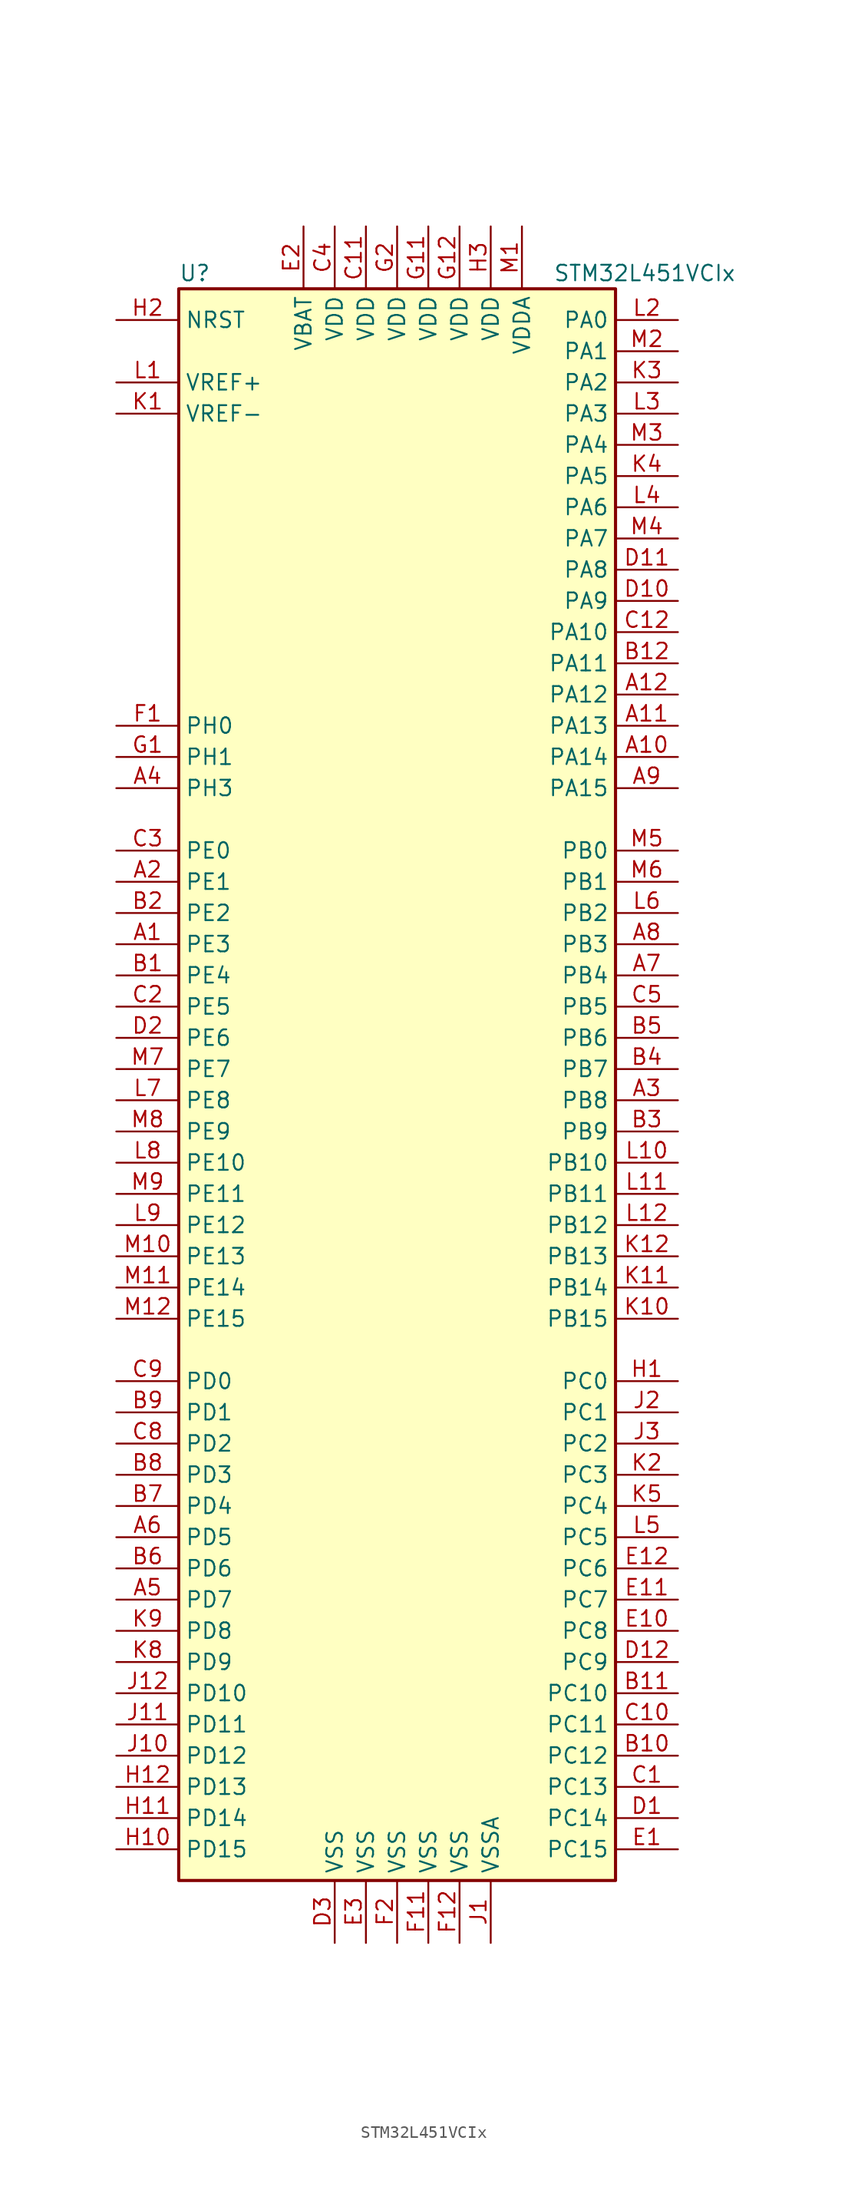
<source format=kicad_sym>
(kicad_symbol_lib
  (version 20220914)
  (generator kicad_symbol_editor)
  (symbol "STM32L451VCIx"
    (property "Reference" "U"
      (at -17.78 64.77 0)
      (effects (font (size 1.27 1.27)) (justify left)))
    (property "Value" "STM32L451VCIx"
      (at 12.7 64.77 0)
      (effects (font (size 1.27 1.27)) (justify left)))
    (symbol "STM32L451VCIx_0_1"
      (rectangle (start -17.78 -66.04) (end 17.78 63.5) (stroke (width 0.254) (type default)) (fill (type background))))
    (symbol "STM32L451VCIx_1_1"
      (pin bidirectional line (at -22.86 10.16 0) (length 5.08) (name "PE3" (effects (font (size 1.27 1.27)))) (number "A1" (effects (font (size 1.27 1.27)))))
      (pin bidirectional line (at 22.86 25.4 180) (length 5.08) (name "PA14" (effects (font (size 1.27 1.27)))) (number "A10" (effects (font (size 1.27 1.27)))))
      (pin bidirectional line (at 22.86 27.94 180) (length 5.08) (name "PA13" (effects (font (size 1.27 1.27)))) (number "A11" (effects (font (size 1.27 1.27)))))
      (pin bidirectional line (at 22.86 30.48 180) (length 5.08) (name "PA12" (effects (font (size 1.27 1.27)))) (number "A12" (effects (font (size 1.27 1.27)))))
      (pin bidirectional line (at -22.86 15.24 0) (length 5.08) (name "PE1" (effects (font (size 1.27 1.27)))) (number "A2" (effects (font (size 1.27 1.27)))))
      (pin bidirectional line (at 22.86 -2.54 180) (length 5.08) (name "PB8" (effects (font (size 1.27 1.27)))) (number "A3" (effects (font (size 1.27 1.27)))))
      (pin bidirectional line (at -22.86 22.86 0) (length 5.08) (name "PH3" (effects (font (size 1.27 1.27)))) (number "A4" (effects (font (size 1.27 1.27)))))
      (pin bidirectional line (at -22.86 -43.18 0) (length 5.08) (name "PD7" (effects (font (size 1.27 1.27)))) (number "A5" (effects (font (size 1.27 1.27)))))
      (pin bidirectional line (at -22.86 -38.1 0) (length 5.08) (name "PD5" (effects (font (size 1.27 1.27)))) (number "A6" (effects (font (size 1.27 1.27)))))
      (pin bidirectional line (at 22.86 7.62 180) (length 5.08) (name "PB4" (effects (font (size 1.27 1.27)))) (number "A7" (effects (font (size 1.27 1.27)))))
      (pin bidirectional line (at 22.86 10.16 180) (length 5.08) (name "PB3" (effects (font (size 1.27 1.27)))) (number "A8" (effects (font (size 1.27 1.27)))))
      (pin bidirectional line (at 22.86 22.86 180) (length 5.08) (name "PA15" (effects (font (size 1.27 1.27)))) (number "A9" (effects (font (size 1.27 1.27)))))
      (pin bidirectional line (at -22.86 7.62 0) (length 5.08) (name "PE4" (effects (font (size 1.27 1.27)))) (number "B1" (effects (font (size 1.27 1.27)))))
      (pin bidirectional line (at 22.86 -55.88 180) (length 5.08) (name "PC12" (effects (font (size 1.27 1.27)))) (number "B10" (effects (font (size 1.27 1.27)))))
      (pin bidirectional line (at 22.86 -50.8 180) (length 5.08) (name "PC10" (effects (font (size 1.27 1.27)))) (number "B11" (effects (font (size 1.27 1.27)))))
      (pin bidirectional line (at 22.86 33.02 180) (length 5.08) (name "PA11" (effects (font (size 1.27 1.27)))) (number "B12" (effects (font (size 1.27 1.27)))))
      (pin bidirectional line (at -22.86 12.7 0) (length 5.08) (name "PE2" (effects (font (size 1.27 1.27)))) (number "B2" (effects (font (size 1.27 1.27)))))
      (pin bidirectional line (at 22.86 -5.08 180) (length 5.08) (name "PB9" (effects (font (size 1.27 1.27)))) (number "B3" (effects (font (size 1.27 1.27)))))
      (pin bidirectional line (at 22.86 0 180) (length 5.08) (name "PB7" (effects (font (size 1.27 1.27)))) (number "B4" (effects (font (size 1.27 1.27)))))
      (pin bidirectional line (at 22.86 2.54 180) (length 5.08) (name "PB6" (effects (font (size 1.27 1.27)))) (number "B5" (effects (font (size 1.27 1.27)))))
      (pin bidirectional line (at -22.86 -40.64 0) (length 5.08) (name "PD6" (effects (font (size 1.27 1.27)))) (number "B6" (effects (font (size 1.27 1.27)))))
      (pin bidirectional line (at -22.86 -35.56 0) (length 5.08) (name "PD4" (effects (font (size 1.27 1.27)))) (number "B7" (effects (font (size 1.27 1.27)))))
      (pin bidirectional line (at -22.86 -33.02 0) (length 5.08) (name "PD3" (effects (font (size 1.27 1.27)))) (number "B8" (effects (font (size 1.27 1.27)))))
      (pin bidirectional line (at -22.86 -27.94 0) (length 5.08) (name "PD1" (effects (font (size 1.27 1.27)))) (number "B9" (effects (font (size 1.27 1.27)))))
      (pin bidirectional line (at 22.86 -58.42 180) (length 5.08) (name "PC13" (effects (font (size 1.27 1.27)))) (number "C1" (effects (font (size 1.27 1.27)))))
      (pin bidirectional line (at 22.86 -53.34 180) (length 5.08) (name "PC11" (effects (font (size 1.27 1.27)))) (number "C10" (effects (font (size 1.27 1.27)))))
      (pin power_in line (at -2.54 68.58 270) (length 5.08) (name "VDD" (effects (font (size 1.27 1.27)))) (number "C11" (effects (font (size 1.27 1.27)))))
      (pin bidirectional line (at 22.86 35.56 180) (length 5.08) (name "PA10" (effects (font (size 1.27 1.27)))) (number "C12" (effects (font (size 1.27 1.27)))))
      (pin bidirectional line (at -22.86 5.08 0) (length 5.08) (name "PE5" (effects (font (size 1.27 1.27)))) (number "C2" (effects (font (size 1.27 1.27)))))
      (pin bidirectional line (at -22.86 17.78 0) (length 5.08) (name "PE0" (effects (font (size 1.27 1.27)))) (number "C3" (effects (font (size 1.27 1.27)))))
      (pin power_in line (at -5.08 68.58 270) (length 5.08) (name "VDD" (effects (font (size 1.27 1.27)))) (number "C4" (effects (font (size 1.27 1.27)))))
      (pin bidirectional line (at 22.86 5.08 180) (length 5.08) (name "PB5" (effects (font (size 1.27 1.27)))) (number "C5" (effects (font (size 1.27 1.27)))))
      (pin bidirectional line (at -22.86 -30.48 0) (length 5.08) (name "PD2" (effects (font (size 1.27 1.27)))) (number "C8" (effects (font (size 1.27 1.27)))))
      (pin bidirectional line (at -22.86 -25.4 0) (length 5.08) (name "PD0" (effects (font (size 1.27 1.27)))) (number "C9" (effects (font (size 1.27 1.27)))))
      (pin bidirectional line (at 22.86 -60.96 180) (length 5.08) (name "PC14" (effects (font (size 1.27 1.27)))) (number "D1" (effects (font (size 1.27 1.27)))))
      (pin bidirectional line (at 22.86 38.1 180) (length 5.08) (name "PA9" (effects (font (size 1.27 1.27)))) (number "D10" (effects (font (size 1.27 1.27)))))
      (pin bidirectional line (at 22.86 40.64 180) (length 5.08) (name "PA8" (effects (font (size 1.27 1.27)))) (number "D11" (effects (font (size 1.27 1.27)))))
      (pin bidirectional line (at 22.86 -48.26 180) (length 5.08) (name "PC9" (effects (font (size 1.27 1.27)))) (number "D12" (effects (font (size 1.27 1.27)))))
      (pin bidirectional line (at -22.86 2.54 0) (length 5.08) (name "PE6" (effects (font (size 1.27 1.27)))) (number "D2" (effects (font (size 1.27 1.27)))))
      (pin power_in line (at -5.08 -71.12 90) (length 5.08) (name "VSS" (effects (font (size 1.27 1.27)))) (number "D3" (effects (font (size 1.27 1.27)))))
      (pin bidirectional line (at 22.86 -63.5 180) (length 5.08) (name "PC15" (effects (font (size 1.27 1.27)))) (number "E1" (effects (font (size 1.27 1.27)))))
      (pin bidirectional line (at 22.86 -45.72 180) (length 5.08) (name "PC8" (effects (font (size 1.27 1.27)))) (number "E10" (effects (font (size 1.27 1.27)))))
      (pin bidirectional line (at 22.86 -43.18 180) (length 5.08) (name "PC7" (effects (font (size 1.27 1.27)))) (number "E11" (effects (font (size 1.27 1.27)))))
      (pin bidirectional line (at 22.86 -40.64 180) (length 5.08) (name "PC6" (effects (font (size 1.27 1.27)))) (number "E12" (effects (font (size 1.27 1.27)))))
      (pin power_in line (at -7.62 68.58 270) (length 5.08) (name "VBAT" (effects (font (size 1.27 1.27)))) (number "E2" (effects (font (size 1.27 1.27)))))
      (pin power_in line (at -2.54 -71.12 90) (length 5.08) (name "VSS" (effects (font (size 1.27 1.27)))) (number "E3" (effects (font (size 1.27 1.27)))))
      (pin input line (at -22.86 27.94 0) (length 5.08) (name "PH0" (effects (font (size 1.27 1.27)))) (number "F1" (effects (font (size 1.27 1.27)))))
      (pin power_in line (at 2.54 -71.12 90) (length 5.08) (name "VSS" (effects (font (size 1.27 1.27)))) (number "F11" (effects (font (size 1.27 1.27)))))
      (pin power_in line (at 5.08 -71.12 90) (length 5.08) (name "VSS" (effects (font (size 1.27 1.27)))) (number "F12" (effects (font (size 1.27 1.27)))))
      (pin power_in line (at 0 -71.12 90) (length 5.08) (name "VSS" (effects (font (size 1.27 1.27)))) (number "F2" (effects (font (size 1.27 1.27)))))
      (pin input line (at -22.86 25.4 0) (length 5.08) (name "PH1" (effects (font (size 1.27 1.27)))) (number "G1" (effects (font (size 1.27 1.27)))))
      (pin power_in line (at 2.54 68.58 270) (length 5.08) (name "VDD" (effects (font (size 1.27 1.27)))) (number "G11" (effects (font (size 1.27 1.27)))))
      (pin power_in line (at 5.08 68.58 270) (length 5.08) (name "VDD" (effects (font (size 1.27 1.27)))) (number "G12" (effects (font (size 1.27 1.27)))))
      (pin power_in line (at 0 68.58 270) (length 5.08) (name "VDD" (effects (font (size 1.27 1.27)))) (number "G2" (effects (font (size 1.27 1.27)))))
      (pin bidirectional line (at 22.86 -25.4 180) (length 5.08) (name "PC0" (effects (font (size 1.27 1.27)))) (number "H1" (effects (font (size 1.27 1.27)))))
      (pin bidirectional line (at -22.86 -63.5 0) (length 5.08) (name "PD15" (effects (font (size 1.27 1.27)))) (number "H10" (effects (font (size 1.27 1.27)))))
      (pin bidirectional line (at -22.86 -60.96 0) (length 5.08) (name "PD14" (effects (font (size 1.27 1.27)))) (number "H11" (effects (font (size 1.27 1.27)))))
      (pin bidirectional line (at -22.86 -58.42 0) (length 5.08) (name "PD13" (effects (font (size 1.27 1.27)))) (number "H12" (effects (font (size 1.27 1.27)))))
      (pin input line (at -22.86 60.96 0) (length 5.08) (name "NRST" (effects (font (size 1.27 1.27)))) (number "H2" (effects (font (size 1.27 1.27)))))
      (pin power_in line (at 7.62 68.58 270) (length 5.08) (name "VDD" (effects (font (size 1.27 1.27)))) (number "H3" (effects (font (size 1.27 1.27)))))
      (pin power_in line (at 7.62 -71.12 90) (length 5.08) (name "VSSA" (effects (font (size 1.27 1.27)))) (number "J1" (effects (font (size 1.27 1.27)))))
      (pin bidirectional line (at -22.86 -55.88 0) (length 5.08) (name "PD12" (effects (font (size 1.27 1.27)))) (number "J10" (effects (font (size 1.27 1.27)))))
      (pin bidirectional line (at -22.86 -53.34 0) (length 5.08) (name "PD11" (effects (font (size 1.27 1.27)))) (number "J11" (effects (font (size 1.27 1.27)))))
      (pin bidirectional line (at -22.86 -50.8 0) (length 5.08) (name "PD10" (effects (font (size 1.27 1.27)))) (number "J12" (effects (font (size 1.27 1.27)))))
      (pin bidirectional line (at 22.86 -27.94 180) (length 5.08) (name "PC1" (effects (font (size 1.27 1.27)))) (number "J2" (effects (font (size 1.27 1.27)))))
      (pin bidirectional line (at 22.86 -30.48 180) (length 5.08) (name "PC2" (effects (font (size 1.27 1.27)))) (number "J3" (effects (font (size 1.27 1.27)))))
      (pin power_in line (at -22.86 53.34 0) (length 5.08) (name "VREF-" (effects (font (size 1.27 1.27)))) (number "K1" (effects (font (size 1.27 1.27)))))
      (pin bidirectional line (at 22.86 -20.32 180) (length 5.08) (name "PB15" (effects (font (size 1.27 1.27)))) (number "K10" (effects (font (size 1.27 1.27)))))
      (pin bidirectional line (at 22.86 -17.78 180) (length 5.08) (name "PB14" (effects (font (size 1.27 1.27)))) (number "K11" (effects (font (size 1.27 1.27)))))
      (pin bidirectional line (at 22.86 -15.24 180) (length 5.08) (name "PB13" (effects (font (size 1.27 1.27)))) (number "K12" (effects (font (size 1.27 1.27)))))
      (pin bidirectional line (at 22.86 -33.02 180) (length 5.08) (name "PC3" (effects (font (size 1.27 1.27)))) (number "K2" (effects (font (size 1.27 1.27)))))
      (pin bidirectional line (at 22.86 55.88 180) (length 5.08) (name "PA2" (effects (font (size 1.27 1.27)))) (number "K3" (effects (font (size 1.27 1.27)))))
      (pin bidirectional line (at 22.86 48.26 180) (length 5.08) (name "PA5" (effects (font (size 1.27 1.27)))) (number "K4" (effects (font (size 1.27 1.27)))))
      (pin bidirectional line (at 22.86 -35.56 180) (length 5.08) (name "PC4" (effects (font (size 1.27 1.27)))) (number "K5" (effects (font (size 1.27 1.27)))))
      (pin bidirectional line (at -22.86 -48.26 0) (length 5.08) (name "PD9" (effects (font (size 1.27 1.27)))) (number "K8" (effects (font (size 1.27 1.27)))))
      (pin bidirectional line (at -22.86 -45.72 0) (length 5.08) (name "PD8" (effects (font (size 1.27 1.27)))) (number "K9" (effects (font (size 1.27 1.27)))))
      (pin bidirectional line (at -22.86 55.88 0) (length 5.08) (name "VREF+" (effects (font (size 1.27 1.27)))) (number "L1" (effects (font (size 1.27 1.27)))))
      (pin bidirectional line (at 22.86 -7.62 180) (length 5.08) (name "PB10" (effects (font (size 1.27 1.27)))) (number "L10" (effects (font (size 1.27 1.27)))))
      (pin bidirectional line (at 22.86 -10.16 180) (length 5.08) (name "PB11" (effects (font (size 1.27 1.27)))) (number "L11" (effects (font (size 1.27 1.27)))))
      (pin bidirectional line (at 22.86 -12.7 180) (length 5.08) (name "PB12" (effects (font (size 1.27 1.27)))) (number "L12" (effects (font (size 1.27 1.27)))))
      (pin bidirectional line (at 22.86 60.96 180) (length 5.08) (name "PA0" (effects (font (size 1.27 1.27)))) (number "L2" (effects (font (size 1.27 1.27)))))
      (pin bidirectional line (at 22.86 53.34 180) (length 5.08) (name "PA3" (effects (font (size 1.27 1.27)))) (number "L3" (effects (font (size 1.27 1.27)))))
      (pin bidirectional line (at 22.86 45.72 180) (length 5.08) (name "PA6" (effects (font (size 1.27 1.27)))) (number "L4" (effects (font (size 1.27 1.27)))))
      (pin bidirectional line (at 22.86 -38.1 180) (length 5.08) (name "PC5" (effects (font (size 1.27 1.27)))) (number "L5" (effects (font (size 1.27 1.27)))))
      (pin bidirectional line (at 22.86 12.7 180) (length 5.08) (name "PB2" (effects (font (size 1.27 1.27)))) (number "L6" (effects (font (size 1.27 1.27)))))
      (pin bidirectional line (at -22.86 -2.54 0) (length 5.08) (name "PE8" (effects (font (size 1.27 1.27)))) (number "L7" (effects (font (size 1.27 1.27)))))
      (pin bidirectional line (at -22.86 -7.62 0) (length 5.08) (name "PE10" (effects (font (size 1.27 1.27)))) (number "L8" (effects (font (size 1.27 1.27)))))
      (pin bidirectional line (at -22.86 -12.7 0) (length 5.08) (name "PE12" (effects (font (size 1.27 1.27)))) (number "L9" (effects (font (size 1.27 1.27)))))
      (pin power_in line (at 10.16 68.58 270) (length 5.08) (name "VDDA" (effects (font (size 1.27 1.27)))) (number "M1" (effects (font (size 1.27 1.27)))))
      (pin bidirectional line (at -22.86 -15.24 0) (length 5.08) (name "PE13" (effects (font (size 1.27 1.27)))) (number "M10" (effects (font (size 1.27 1.27)))))
      (pin bidirectional line (at -22.86 -17.78 0) (length 5.08) (name "PE14" (effects (font (size 1.27 1.27)))) (number "M11" (effects (font (size 1.27 1.27)))))
      (pin bidirectional line (at -22.86 -20.32 0) (length 5.08) (name "PE15" (effects (font (size 1.27 1.27)))) (number "M12" (effects (font (size 1.27 1.27)))))
      (pin bidirectional line (at 22.86 58.42 180) (length 5.08) (name "PA1" (effects (font (size 1.27 1.27)))) (number "M2" (effects (font (size 1.27 1.27)))))
      (pin bidirectional line (at 22.86 50.8 180) (length 5.08) (name "PA4" (effects (font (size 1.27 1.27)))) (number "M3" (effects (font (size 1.27 1.27)))))
      (pin bidirectional line (at 22.86 43.18 180) (length 5.08) (name "PA7" (effects (font (size 1.27 1.27)))) (number "M4" (effects (font (size 1.27 1.27)))))
      (pin bidirectional line (at 22.86 17.78 180) (length 5.08) (name "PB0" (effects (font (size 1.27 1.27)))) (number "M5" (effects (font (size 1.27 1.27)))))
      (pin bidirectional line (at 22.86 15.24 180) (length 5.08) (name "PB1" (effects (font (size 1.27 1.27)))) (number "M6" (effects (font (size 1.27 1.27)))))
      (pin bidirectional line (at -22.86 0 0) (length 5.08) (name "PE7" (effects (font (size 1.27 1.27)))) (number "M7" (effects (font (size 1.27 1.27)))))
      (pin bidirectional line (at -22.86 -5.08 0) (length 5.08) (name "PE9" (effects (font (size 1.27 1.27)))) (number "M8" (effects (font (size 1.27 1.27)))))
      (pin bidirectional line (at -22.86 -10.16 0) (length 5.08) (name "PE11" (effects (font (size 1.27 1.27)))) (number "M9" (effects (font (size 1.27 1.27))))))))
</source>
